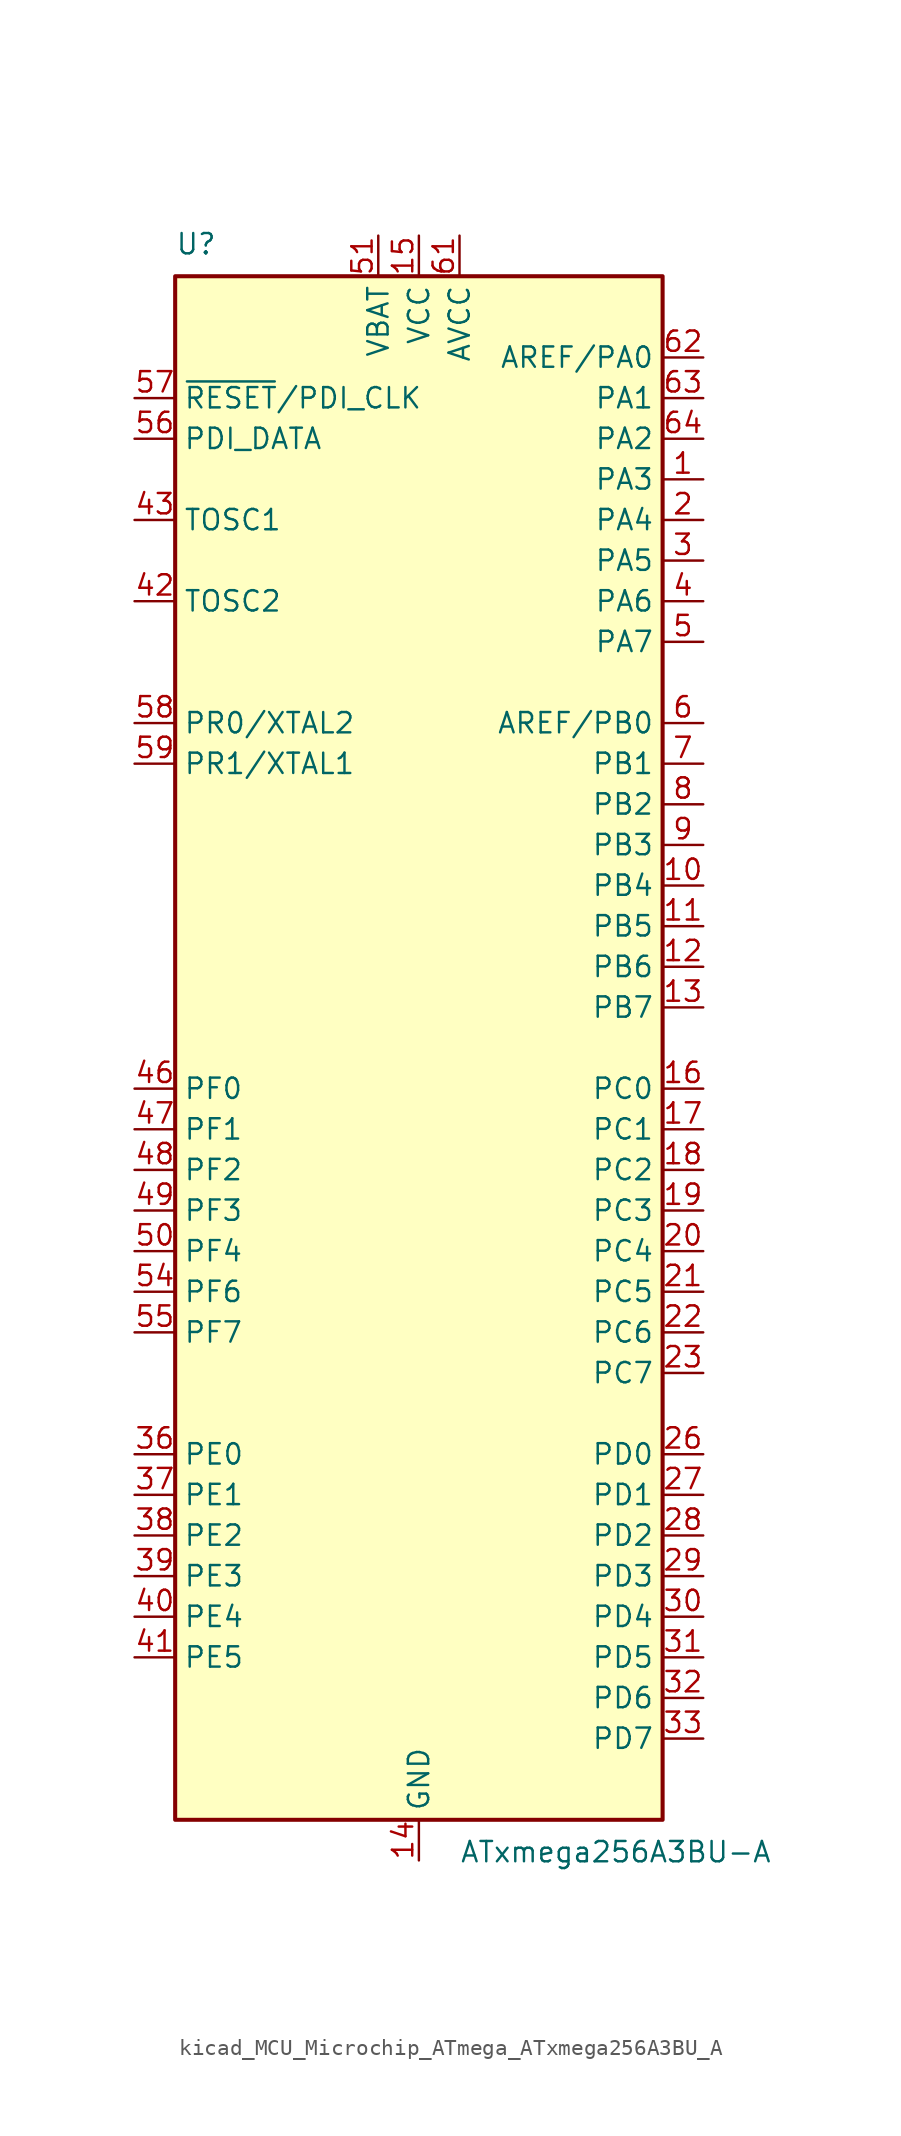
<source format=kicad_sym>
(kicad_symbol_lib
  (version 20220914)
  (generator kicad_symbol_editor)
  (symbol "kicad_MCU_Microchip_ATmega_ATxmega256A3BU_A"
    (property "Reference" "U"
      (at -15.24 49.53 0)
      (effects (font (size 1.27 1.27)) (justify left bottom)))
    (property "Value" "ATxmega256A3BU-A"
      (at 2.54 -49.53 0)
      (effects (font (size 1.27 1.27)) (justify left top)))
    (symbol "kicad_MCU_Microchip_ATmega_ATxmega256A3BU_A_0_1"
      (rectangle (start -15.24 -48.26) (end 15.24 48.26) (stroke (width 0.254) (type default)) (fill (type background))))
    (symbol "kicad_MCU_Microchip_ATmega_ATxmega256A3BU_A_1_1"
      (pin bidirectional line (at 17.78 35.56 180) (length 2.54) (name "PA3" (effects (font (size 1.27 1.27)))) (number "1" (effects (font (size 1.27 1.27)))))
      (pin bidirectional line (at 17.78 10.16 180) (length 2.54) (name "PB4" (effects (font (size 1.27 1.27)))) (number "10" (effects (font (size 1.27 1.27)))))
      (pin bidirectional line (at 17.78 7.62 180) (length 2.54) (name "PB5" (effects (font (size 1.27 1.27)))) (number "11" (effects (font (size 1.27 1.27)))))
      (pin bidirectional line (at 17.78 5.08 180) (length 2.54) (name "PB6" (effects (font (size 1.27 1.27)))) (number "12" (effects (font (size 1.27 1.27)))))
      (pin bidirectional line (at 17.78 2.54 180) (length 2.54) (name "PB7" (effects (font (size 1.27 1.27)))) (number "13" (effects (font (size 1.27 1.27)))))
      (pin power_in line (at 0 -50.8 90) (length 2.54) (name "GND" (effects (font (size 1.27 1.27)))) (number "14" (effects (font (size 1.27 1.27)))))
      (pin power_in line (at 0 50.8 270) (length 2.54) (name "VCC" (effects (font (size 1.27 1.27)))) (number "15" (effects (font (size 1.27 1.27)))))
      (pin bidirectional line (at 17.78 -2.54 180) (length 2.54) (name "PC0" (effects (font (size 1.27 1.27)))) (number "16" (effects (font (size 1.27 1.27)))))
      (pin bidirectional line (at 17.78 -5.08 180) (length 2.54) (name "PC1" (effects (font (size 1.27 1.27)))) (number "17" (effects (font (size 1.27 1.27)))))
      (pin bidirectional line (at 17.78 -7.62 180) (length 2.54) (name "PC2" (effects (font (size 1.27 1.27)))) (number "18" (effects (font (size 1.27 1.27)))))
      (pin bidirectional line (at 17.78 -10.16 180) (length 2.54) (name "PC3" (effects (font (size 1.27 1.27)))) (number "19" (effects (font (size 1.27 1.27)))))
      (pin bidirectional line (at 17.78 33.02 180) (length 2.54) (name "PA4" (effects (font (size 1.27 1.27)))) (number "2" (effects (font (size 1.27 1.27)))))
      (pin bidirectional line (at 17.78 -12.7 180) (length 2.54) (name "PC4" (effects (font (size 1.27 1.27)))) (number "20" (effects (font (size 1.27 1.27)))))
      (pin bidirectional line (at 17.78 -15.24 180) (length 2.54) (name "PC5" (effects (font (size 1.27 1.27)))) (number "21" (effects (font (size 1.27 1.27)))))
      (pin bidirectional line (at 17.78 -17.78 180) (length 2.54) (name "PC6" (effects (font (size 1.27 1.27)))) (number "22" (effects (font (size 1.27 1.27)))))
      (pin bidirectional line (at 17.78 -20.32 180) (length 2.54) (name "PC7" (effects (font (size 1.27 1.27)))) (number "23" (effects (font (size 1.27 1.27)))))
      (pin passive line (at 0 -50.8 90) (length 2.54) hide (name "GND" (effects (font (size 1.27 1.27)))) (number "24" (effects (font (size 1.27 1.27)))))
      (pin passive line (at 0 50.8 270) (length 2.54) hide (name "VCC" (effects (font (size 1.27 1.27)))) (number "25" (effects (font (size 1.27 1.27)))))
      (pin bidirectional line (at 17.78 -25.4 180) (length 2.54) (name "PD0" (effects (font (size 1.27 1.27)))) (number "26" (effects (font (size 1.27 1.27)))))
      (pin bidirectional line (at 17.78 -27.94 180) (length 2.54) (name "PD1" (effects (font (size 1.27 1.27)))) (number "27" (effects (font (size 1.27 1.27)))))
      (pin bidirectional line (at 17.78 -30.48 180) (length 2.54) (name "PD2" (effects (font (size 1.27 1.27)))) (number "28" (effects (font (size 1.27 1.27)))))
      (pin bidirectional line (at 17.78 -33.02 180) (length 2.54) (name "PD3" (effects (font (size 1.27 1.27)))) (number "29" (effects (font (size 1.27 1.27)))))
      (pin bidirectional line (at 17.78 30.48 180) (length 2.54) (name "PA5" (effects (font (size 1.27 1.27)))) (number "3" (effects (font (size 1.27 1.27)))))
      (pin bidirectional line (at 17.78 -35.56 180) (length 2.54) (name "PD4" (effects (font (size 1.27 1.27)))) (number "30" (effects (font (size 1.27 1.27)))))
      (pin bidirectional line (at 17.78 -38.1 180) (length 2.54) (name "PD5" (effects (font (size 1.27 1.27)))) (number "31" (effects (font (size 1.27 1.27)))))
      (pin bidirectional line (at 17.78 -40.64 180) (length 2.54) (name "PD6" (effects (font (size 1.27 1.27)))) (number "32" (effects (font (size 1.27 1.27)))))
      (pin bidirectional line (at 17.78 -43.18 180) (length 2.54) (name "PD7" (effects (font (size 1.27 1.27)))) (number "33" (effects (font (size 1.27 1.27)))))
      (pin passive line (at 0 -50.8 90) (length 2.54) hide (name "GND" (effects (font (size 1.27 1.27)))) (number "34" (effects (font (size 1.27 1.27)))))
      (pin passive line (at 0 50.8 270) (length 2.54) hide (name "VCC" (effects (font (size 1.27 1.27)))) (number "35" (effects (font (size 1.27 1.27)))))
      (pin bidirectional line (at -17.78 -25.4 0) (length 2.54) (name "PE0" (effects (font (size 1.27 1.27)))) (number "36" (effects (font (size 1.27 1.27)))))
      (pin bidirectional line (at -17.78 -27.94 0) (length 2.54) (name "PE1" (effects (font (size 1.27 1.27)))) (number "37" (effects (font (size 1.27 1.27)))))
      (pin bidirectional line (at -17.78 -30.48 0) (length 2.54) (name "PE2" (effects (font (size 1.27 1.27)))) (number "38" (effects (font (size 1.27 1.27)))))
      (pin bidirectional line (at -17.78 -33.02 0) (length 2.54) (name "PE3" (effects (font (size 1.27 1.27)))) (number "39" (effects (font (size 1.27 1.27)))))
      (pin bidirectional line (at 17.78 27.94 180) (length 2.54) (name "PA6" (effects (font (size 1.27 1.27)))) (number "4" (effects (font (size 1.27 1.27)))))
      (pin bidirectional line (at -17.78 -35.56 0) (length 2.54) (name "PE4" (effects (font (size 1.27 1.27)))) (number "40" (effects (font (size 1.27 1.27)))))
      (pin bidirectional line (at -17.78 -38.1 0) (length 2.54) (name "PE5" (effects (font (size 1.27 1.27)))) (number "41" (effects (font (size 1.27 1.27)))))
      (pin passive line (at -17.78 27.94 0) (length 2.54) (name "TOSC2" (effects (font (size 1.27 1.27)))) (number "42" (effects (font (size 1.27 1.27)))))
      (pin input line (at -17.78 33.02 0) (length 2.54) (name "TOSC1" (effects (font (size 1.27 1.27)))) (number "43" (effects (font (size 1.27 1.27)))))
      (pin passive line (at 0 -50.8 90) (length 2.54) hide (name "GND" (effects (font (size 1.27 1.27)))) (number "44" (effects (font (size 1.27 1.27)))))
      (pin passive line (at 0 50.8 270) (length 2.54) hide (name "VCC" (effects (font (size 1.27 1.27)))) (number "45" (effects (font (size 1.27 1.27)))))
      (pin bidirectional line (at -17.78 -2.54 0) (length 2.54) (name "PF0" (effects (font (size 1.27 1.27)))) (number "46" (effects (font (size 1.27 1.27)))))
      (pin bidirectional line (at -17.78 -5.08 0) (length 2.54) (name "PF1" (effects (font (size 1.27 1.27)))) (number "47" (effects (font (size 1.27 1.27)))))
      (pin bidirectional line (at -17.78 -7.62 0) (length 2.54) (name "PF2" (effects (font (size 1.27 1.27)))) (number "48" (effects (font (size 1.27 1.27)))))
      (pin bidirectional line (at -17.78 -10.16 0) (length 2.54) (name "PF3" (effects (font (size 1.27 1.27)))) (number "49" (effects (font (size 1.27 1.27)))))
      (pin bidirectional line (at 17.78 25.4 180) (length 2.54) (name "PA7" (effects (font (size 1.27 1.27)))) (number "5" (effects (font (size 1.27 1.27)))))
      (pin bidirectional line (at -17.78 -12.7 0) (length 2.54) (name "PF4" (effects (font (size 1.27 1.27)))) (number "50" (effects (font (size 1.27 1.27)))))
      (pin power_in line (at -2.54 50.8 270) (length 2.54) (name "VBAT" (effects (font (size 1.27 1.27)))) (number "51" (effects (font (size 1.27 1.27)))))
      (pin passive line (at 0 -50.8 90) (length 2.54) hide (name "GND" (effects (font (size 1.27 1.27)))) (number "52" (effects (font (size 1.27 1.27)))))
      (pin passive line (at 0 50.8 270) (length 2.54) hide (name "VCC" (effects (font (size 1.27 1.27)))) (number "53" (effects (font (size 1.27 1.27)))))
      (pin bidirectional line (at -17.78 -15.24 0) (length 2.54) (name "PF6" (effects (font (size 1.27 1.27)))) (number "54" (effects (font (size 1.27 1.27)))))
      (pin bidirectional line (at -17.78 -17.78 0) (length 2.54) (name "PF7" (effects (font (size 1.27 1.27)))) (number "55" (effects (font (size 1.27 1.27)))))
      (pin bidirectional line (at -17.78 38.1 0) (length 2.54) (name "PDI_DATA" (effects (font (size 1.27 1.27)))) (number "56" (effects (font (size 1.27 1.27)))))
      (pin input line (at -17.78 40.64 0) (length 2.54) (name "~{RESET}/PDI_CLK" (effects (font (size 1.27 1.27)))) (number "57" (effects (font (size 1.27 1.27)))))
      (pin bidirectional line (at -17.78 20.32 0) (length 2.54) (name "PR0/XTAL2" (effects (font (size 1.27 1.27)))) (number "58" (effects (font (size 1.27 1.27)))))
      (pin bidirectional line (at -17.78 17.78 0) (length 2.54) (name "PR1/XTAL1" (effects (font (size 1.27 1.27)))) (number "59" (effects (font (size 1.27 1.27)))))
      (pin bidirectional line (at 17.78 20.32 180) (length 2.54) (name "AREF/PB0" (effects (font (size 1.27 1.27)))) (number "6" (effects (font (size 1.27 1.27)))))
      (pin passive line (at 0 -50.8 90) (length 2.54) hide (name "GND" (effects (font (size 1.27 1.27)))) (number "60" (effects (font (size 1.27 1.27)))))
      (pin power_in line (at 2.54 50.8 270) (length 2.54) (name "AVCC" (effects (font (size 1.27 1.27)))) (number "61" (effects (font (size 1.27 1.27)))))
      (pin bidirectional line (at 17.78 43.18 180) (length 2.54) (name "AREF/PA0" (effects (font (size 1.27 1.27)))) (number "62" (effects (font (size 1.27 1.27)))))
      (pin bidirectional line (at 17.78 40.64 180) (length 2.54) (name "PA1" (effects (font (size 1.27 1.27)))) (number "63" (effects (font (size 1.27 1.27)))))
      (pin bidirectional line (at 17.78 38.1 180) (length 2.54) (name "PA2" (effects (font (size 1.27 1.27)))) (number "64" (effects (font (size 1.27 1.27)))))
      (pin bidirectional line (at 17.78 17.78 180) (length 2.54) (name "PB1" (effects (font (size 1.27 1.27)))) (number "7" (effects (font (size 1.27 1.27)))))
      (pin bidirectional line (at 17.78 15.24 180) (length 2.54) (name "PB2" (effects (font (size 1.27 1.27)))) (number "8" (effects (font (size 1.27 1.27)))))
      (pin bidirectional line (at 17.78 12.7 180) (length 2.54) (name "PB3" (effects (font (size 1.27 1.27)))) (number "9" (effects (font (size 1.27 1.27))))))))
</source>
